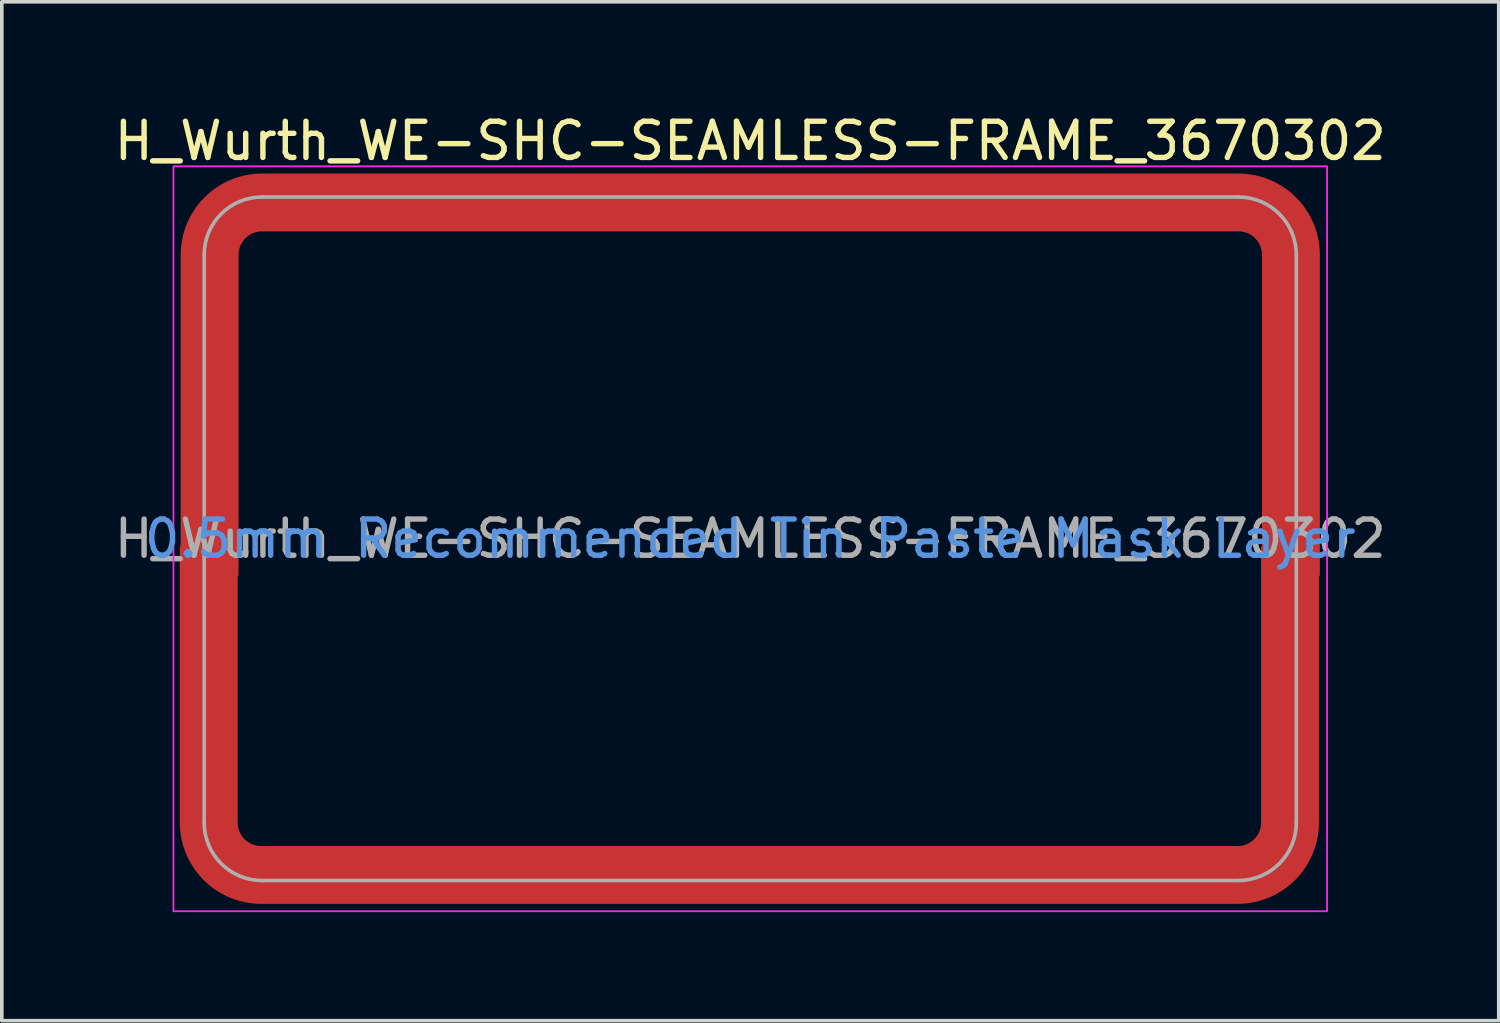
<source format=kicad_pcb>
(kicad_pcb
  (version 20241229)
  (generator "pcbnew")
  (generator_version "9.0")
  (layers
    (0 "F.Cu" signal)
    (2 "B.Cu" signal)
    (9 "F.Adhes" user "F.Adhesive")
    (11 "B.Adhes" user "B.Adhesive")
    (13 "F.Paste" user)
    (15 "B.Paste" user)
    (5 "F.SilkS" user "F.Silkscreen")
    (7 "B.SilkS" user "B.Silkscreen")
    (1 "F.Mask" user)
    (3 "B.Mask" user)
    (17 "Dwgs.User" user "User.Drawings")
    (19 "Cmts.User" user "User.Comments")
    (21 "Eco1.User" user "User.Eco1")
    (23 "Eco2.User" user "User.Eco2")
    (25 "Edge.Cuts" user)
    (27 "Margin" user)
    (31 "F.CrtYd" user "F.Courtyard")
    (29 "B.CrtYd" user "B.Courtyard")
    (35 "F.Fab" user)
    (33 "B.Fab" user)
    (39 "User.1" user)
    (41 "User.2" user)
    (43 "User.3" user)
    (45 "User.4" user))
  (footprint "H_Wurth_WE-SHC-SEAMLESS-FRAME_3670302"
    (layer "F.Cu")
    (at 17.696 11.848)
    (property "Reference" "H_Wurth_WE-SHC-SEAMLESS-FRAME_3670302" (at 0 -11 0) (unlocked yes) (layer "F.SilkS") (effects (font (size 1 1) (thickness 0.15))))
    (attr smd)
    (fp_poly (pts (xy 14.176 0.246) (xy 15.676 0.246) (xy 15.676 7.846) (xy 15.673 7.961) (xy 15.664 8.076) (xy 15.649 8.19) (xy 15.628 8.303) (xy 15.601 8.415) (xy 15.568 8.526) (xy 15.53 8.634) (xy 15.486 8.741) (xy 15.436 8.845) (xy 15.381 8.946) (xy 15.321 9.044) (xy 15.256 9.139) (xy 15.186 9.231) (xy 15.111 9.318) (xy 15.032 9.402) (xy 14.948 9.481) (xy 14.861 9.556) (xy 14.769 9.626) (xy 14.674 9.691) (xy 14.576 9.751) (xy 14.475 9.806) (xy 14.371 9.856) (xy 14.264 9.9) (xy 14.156 9.938) (xy 14.045 9.971) (xy 13.933 9.998) (xy 13.82 10.019) (xy 13.706 10.034) (xy 13.591 10.043) (xy 13.476 10.046) (xy -13.524 10.046) (xy -13.639 10.043) (xy -13.754 10.034) (xy -13.868 10.019) (xy -13.981 9.998) (xy -14.093 9.971) (xy -14.204 9.938) (xy -14.312 9.9) (xy -14.419 9.856) (xy -14.523 9.806) (xy -14.624 9.751) (xy -14.722 9.691) (xy -14.817 9.626) (xy -14.909 9.556) (xy -14.996 9.481) (xy -15.08 9.402) (xy -15.159 9.318) (xy -15.234 9.231) (xy -15.304 9.139) (xy -15.369 9.044) (xy -15.429 8.946) (xy -15.484 8.845) (xy -15.534 8.741) (xy -15.578 8.634) (xy -15.616 8.526) (xy -15.649 8.415) (xy -15.676 8.303) (xy -15.697 8.19) (xy -15.712 8.076) (xy -15.721 7.961) (xy -15.724 7.846) (xy -15.724 0.246) (xy -14.224 0.246) (xy -14.224 7.846) (xy -14.223 7.883) (xy -14.22 7.919) (xy -14.215 7.956) (xy -14.209 7.992) (xy -14.2 8.027) (xy -14.19 8.062) (xy -14.178 8.097) (xy -14.163 8.131) (xy -14.148 8.164) (xy -14.13 8.196) (xy -14.111 8.227) (xy -14.09 8.257) (xy -14.068 8.287) (xy -14.044 8.314) (xy -14.019 8.341) (xy -13.992 8.366) (xy -13.965 8.39) (xy -13.935 8.412) (xy -13.905 8.433) (xy -13.874 8.452) (xy -13.842 8.47) (xy -13.809 8.485) (xy -13.775 8.5) (xy -13.74 8.512) (xy -13.705 8.522) (xy -13.67 8.531) (xy -13.634 8.537) (xy -13.597 8.542) (xy -13.561 8.545) (xy -13.524 8.546) (xy 13.476 8.546) (xy 13.513 8.545) (xy 13.549 8.542) (xy 13.586 8.537) (xy 13.622 8.531) (xy 13.657 8.522) (xy 13.692 8.512) (xy 13.727 8.5) (xy 13.761 8.485) (xy 13.794 8.47) (xy 13.826 8.452) (xy 13.857 8.433) (xy 13.887 8.412) (xy 13.917 8.39) (xy 13.944 8.366) (xy 13.971 8.341) (xy 13.996 8.314) (xy 14.02 8.287) (xy 14.042 8.257) (xy 14.063 8.227) (xy 14.082 8.196) (xy 14.1 8.164) (xy 14.115 8.131) (xy 14.13 8.097) (xy 14.142 8.062) (xy 14.152 8.027) (xy 14.161 7.992) (xy 14.167 7.956) (xy 14.172 7.919) (xy 14.175 7.883) (xy 14.176 7.846) (xy 14.176 0.246)) (stroke (width 0.1) (type solid)) (fill yes) (layer "F.Cu"))
    (fp_poly (pts (xy 14.2 0.25) (xy 15.7 0.25) (xy 15.7 7.85) (xy 15.697 7.965) (xy 15.688 8.08) (xy 15.673 8.194) (xy 15.652 8.307) (xy 15.625 8.419) (xy 15.592 8.53) (xy 15.554 8.638) (xy 15.51 8.745) (xy 15.46 8.849) (xy 15.405 8.95) (xy 15.345 9.048) (xy 15.28 9.143) (xy 15.21 9.235) (xy 15.135 9.322) (xy 15.056 9.406) (xy 14.972 9.485) (xy 14.885 9.56) (xy 14.793 9.63) (xy 14.698 9.695) (xy 14.6 9.755) (xy 14.499 9.81) (xy 14.395 9.86) (xy 14.288 9.904) (xy 14.18 9.942) (xy 14.069 9.975) (xy 13.957 10.002) (xy 13.844 10.023) (xy 13.73 10.038) (xy 13.615 10.047) (xy 13.5 10.05) (xy -13.5 10.05) (xy -13.615 10.047) (xy -13.73 10.038) (xy -13.844 10.023) (xy -13.957 10.002) (xy -14.069 9.975) (xy -14.18 9.942) (xy -14.288 9.904) (xy -14.395 9.86) (xy -14.499 9.81) (xy -14.6 9.755) (xy -14.698 9.695) (xy -14.793 9.63) (xy -14.885 9.56) (xy -14.972 9.485) (xy -15.056 9.406) (xy -15.135 9.322) (xy -15.21 9.235) (xy -15.28 9.143) (xy -15.345 9.048) (xy -15.405 8.95) (xy -15.46 8.849) (xy -15.51 8.745) (xy -15.554 8.638) (xy -15.592 8.53) (xy -15.625 8.419) (xy -15.652 8.307) (xy -15.673 8.194) (xy -15.688 8.08) (xy -15.697 7.965) (xy -15.7 7.85) (xy -15.7 0.25) (xy -14.2 0.25) (xy -14.2 7.85) (xy -14.199 7.887) (xy -14.196 7.923) (xy -14.191 7.96) (xy -14.185 7.996) (xy -14.176 8.031) (xy -14.166 8.066) (xy -14.154 8.101) (xy -14.139 8.135) (xy -14.124 8.168) (xy -14.106 8.2) (xy -14.087 8.231) (xy -14.066 8.261) (xy -14.044 8.291) (xy -14.02 8.318) (xy -13.995 8.345) (xy -13.968 8.37) (xy -13.941 8.394) (xy -13.911 8.416) (xy -13.881 8.437) (xy -13.85 8.456) (xy -13.818 8.474) (xy -13.785 8.489) (xy -13.751 8.504) (xy -13.716 8.516) (xy -13.681 8.526) (xy -13.646 8.535) (xy -13.61 8.541) (xy -13.573 8.546) (xy -13.537 8.549) (xy -13.5 8.55) (xy 13.5 8.55) (xy 13.537 8.549) (xy 13.573 8.546) (xy 13.61 8.541) (xy 13.646 8.535) (xy 13.681 8.526) (xy 13.716 8.516) (xy 13.751 8.504) (xy 13.785 8.489) (xy 13.818 8.474) (xy 13.85 8.456) (xy 13.881 8.437) (xy 13.911 8.416) (xy 13.941 8.394) (xy 13.968 8.37) (xy 13.995 8.345) (xy 14.02 8.318) (xy 14.044 8.291) (xy 14.066 8.261) (xy 14.087 8.231) (xy 14.106 8.2) (xy 14.124 8.168) (xy 14.139 8.135) (xy 14.154 8.101) (xy 14.166 8.066) (xy 14.176 8.031) (xy 14.185 7.996) (xy 14.191 7.96) (xy 14.196 7.923) (xy 14.199 7.887) (xy 14.2 7.85) (xy 14.2 0.25)) (stroke (width 0.1) (type solid)) (fill yes) (layer "F.Mask"))
    (fp_poly (pts (xy 14.2 0.25) (xy 15.7 0.25) (xy 15.7 7.85) (xy 15.697 7.965) (xy 15.688 8.08) (xy 15.673 8.194) (xy 15.652 8.307) (xy 15.625 8.419) (xy 15.592 8.53) (xy 15.554 8.638) (xy 15.51 8.745) (xy 15.46 8.849) (xy 15.405 8.95) (xy 15.345 9.048) (xy 15.28 9.143) (xy 15.21 9.235) (xy 15.135 9.322) (xy 15.056 9.406) (xy 14.972 9.485) (xy 14.885 9.56) (xy 14.793 9.63) (xy 14.698 9.695) (xy 14.6 9.755) (xy 14.499 9.81) (xy 14.395 9.86) (xy 14.288 9.904) (xy 14.18 9.942) (xy 14.069 9.975) (xy 13.957 10.002) (xy 13.844 10.023) (xy 13.73 10.038) (xy 13.615 10.047) (xy 13.5 10.05) (xy -13.5 10.05) (xy -13.615 10.047) (xy -13.73 10.038) (xy -13.844 10.023) (xy -13.957 10.002) (xy -14.069 9.975) (xy -14.18 9.942) (xy -14.288 9.904) (xy -14.395 9.86) (xy -14.499 9.81) (xy -14.6 9.755) (xy -14.698 9.695) (xy -14.793 9.63) (xy -14.885 9.56) (xy -14.972 9.485) (xy -15.056 9.406) (xy -15.135 9.322) (xy -15.21 9.235) (xy -15.28 9.143) (xy -15.345 9.048) (xy -15.405 8.95) (xy -15.46 8.849) (xy -15.51 8.745) (xy -15.554 8.638) (xy -15.592 8.53) (xy -15.625 8.419) (xy -15.652 8.307) (xy -15.673 8.194) (xy -15.688 8.08) (xy -15.697 7.965) (xy -15.7 7.85) (xy -15.7 0.25) (xy -14.2 0.25) (xy -14.2 7.85) (xy -14.199 7.887) (xy -14.196 7.923) (xy -14.191 7.96) (xy -14.185 7.996) (xy -14.176 8.031) (xy -14.166 8.066) (xy -14.154 8.101) (xy -14.139 8.135) (xy -14.124 8.168) (xy -14.106 8.2) (xy -14.087 8.231) (xy -14.066 8.261) (xy -14.044 8.291) (xy -14.02 8.318) (xy -13.995 8.345) (xy -13.968 8.37) (xy -13.941 8.394) (xy -13.911 8.416) (xy -13.881 8.437) (xy -13.85 8.456) (xy -13.818 8.474) (xy -13.785 8.489) (xy -13.751 8.504) (xy -13.716 8.516) (xy -13.681 8.526) (xy -13.646 8.535) (xy -13.61 8.541) (xy -13.573 8.546) (xy -13.537 8.549) (xy -13.5 8.55) (xy 13.5 8.55) (xy 13.537 8.549) (xy 13.573 8.546) (xy 13.61 8.541) (xy 13.646 8.535) (xy 13.681 8.526) (xy 13.716 8.516) (xy 13.751 8.504) (xy 13.785 8.489) (xy 13.818 8.474) (xy 13.85 8.456) (xy 13.881 8.437) (xy 13.911 8.416) (xy 13.941 8.394) (xy 13.968 8.37) (xy 13.995 8.345) (xy 14.02 8.318) (xy 14.044 8.291) (xy 14.066 8.261) (xy 14.087 8.231) (xy 14.106 8.2) (xy 14.124 8.168) (xy 14.139 8.135) (xy 14.154 8.101) (xy 14.166 8.066) (xy 14.176 8.031) (xy 14.185 7.996) (xy 14.191 7.96) (xy 14.196 7.923) (xy 14.199 7.887) (xy 14.2 7.85) (xy 14.2 0.25)) (stroke (width 0.1) (type solid)) (fill yes) (layer "F.Paste"))
    (fp_rect (start -15.95 -10.3) (end 15.95 10.3) (stroke (width 0.05) (type solid)) (fill no) (layer "F.CrtYd"))
    (fp_line (start -15.1 7.85) (end -15.1 -7.85) (stroke (width 0.1) (type solid)) (layer "F.Fab"))
    (fp_line (start -13.5 -9.45) (end 13.5 -9.45) (stroke (width 0.1) (type solid)) (layer "F.Fab"))
    (fp_line (start -13.5 9.45) (end 13.5 9.45) (stroke (width 0.1) (type solid)) (layer "F.Fab"))
    (fp_line (start 15.1 7.85) (end 15.1 -7.85) (stroke (width 0.1) (type solid)) (layer "F.Fab"))
    (fp_arc (start -15.1 -7.85) (mid -14.631371 -8.98137) (end -13.5 -9.45) (stroke (width 0.1) (type default)) (layer "F.Fab"))
    (fp_arc (start -13.5 9.45) (mid -14.63137 8.981371) (end -15.1 7.85) (stroke (width 0.1) (type default)) (layer "F.Fab"))
    (fp_arc (start 13.5 -9.45) (mid 14.63137 -8.981371) (end 15.1 -7.85) (stroke (width 0.1) (type default)) (layer "F.Fab"))
    (fp_arc (start 15.1 7.85) (mid 14.631371 8.98137) (end 13.5 9.45) (stroke (width 0.1) (type default)) (layer "F.Fab"))
    (fp_text user "0.5mm Recommended Tin Paste Mask Layer" (at 0 0 0) (unlocked yes) (layer "Cmts.User") (effects (font (size 1 1) (thickness 0.15))))
    (fp_text user "${REFERENCE}" (at 0 0 0) (unlocked yes) (layer "F.Fab") (effects (font (size 1 1) (thickness 0.15))))
    (pad "1" smd custom (at 14.95 0) (size 1.5 15.7) (layers "F.Cu" "F.Mask" "F.Paste") (options (anchor rect)) (primitives (gr_poly (pts (xy -29.15 1) (xy -30.65 1) (xy -30.65 -7.85) (xy -30.647 -7.965) (xy -30.638 -8.08) (xy -30.623 -8.194) (xy -30.602 -8.307) (xy -30.575 -8.419) (xy -30.542 -8.53) (xy -30.504 -8.638) (xy -30.46 -8.745) (xy -30.41 -8.849) (xy -30.355 -8.95) (xy -30.295 -9.048) (xy -30.23 -9.143) (xy -30.16 -9.235) (xy -30.085 -9.322) (xy -30.006 -9.406) (xy -29.922 -9.485) (xy -29.835 -9.56) (xy -29.743 -9.63) (xy -29.648 -9.695) (xy -29.55 -9.755) (xy -29.449 -9.81) (xy -29.345 -9.86) (xy -29.238 -9.904) (xy -29.13 -9.942) (xy -29.019 -9.975) (xy -28.907 -10.002) (xy -28.794 -10.023) (xy -28.68 -10.038) (xy -28.565 -10.047) (xy -28.45 -10.05) (xy -1.45 -10.05) (xy -1.335 -10.047) (xy -1.22 -10.038) (xy -1.106 -10.023) (xy -0.993 -10.002) (xy -0.881 -9.975) (xy -0.77 -9.942) (xy -0.662 -9.904) (xy -0.555 -9.86) (xy -0.451 -9.81) (xy -0.35 -9.755) (xy -0.252 -9.695) (xy -0.157 -9.63) (xy -0.065 -9.56) (xy 0.022 -9.485) (xy 0.106 -9.406) (xy 0.185 -9.322) (xy 0.26 -9.235) (xy 0.33 -9.143) (xy 0.395 -9.048) (xy 0.455 -8.95) (xy 0.51 -8.849) (xy 0.56 -8.745) (xy 0.604 -8.638) (xy 0.642 -8.53) (xy 0.675 -8.419) (xy 0.702 -8.307) (xy 0.723 -8.194) (xy 0.738 -8.08) (xy 0.747 -7.965) (xy 0.75 -7.85) (xy 0.75 1) (xy -0.75 1) (xy -0.75 -7.85) (xy -0.751 -7.887) (xy -0.754 -7.923) (xy -0.759 -7.96) (xy -0.765 -7.996) (xy -0.774 -8.031) (xy -0.784 -8.066) (xy -0.796 -8.101) (xy -0.811 -8.135) (xy -0.826 -8.168) (xy -0.844 -8.2) (xy -0.863 -8.231) (xy -0.884 -8.261) (xy -0.906 -8.291) (xy -0.93 -8.318) (xy -0.955 -8.345) (xy -0.982 -8.37) (xy -1.009 -8.394) (xy -1.039 -8.416) (xy -1.069 -8.437) (xy -1.1 -8.456) (xy -1.132 -8.474) (xy -1.165 -8.489) (xy -1.199 -8.504) (xy -1.234 -8.516) (xy -1.269 -8.526) (xy -1.304 -8.535) (xy -1.34 -8.541) (xy -1.377 -8.546) (xy -1.413 -8.549) (xy -1.45 -8.55) (xy -28.45 -8.55) (xy -28.487 -8.549) (xy -28.523 -8.546) (xy -28.56 -8.541) (xy -28.596 -8.535) (xy -28.631 -8.526) (xy -28.666 -8.516) (xy -28.701 -8.504) (xy -28.735 -8.489) (xy -28.768 -8.474) (xy -28.8 -8.456) (xy -28.831 -8.437) (xy -28.861 -8.416) (xy -28.891 -8.394) (xy -28.918 -8.37) (xy -28.945 -8.345) (xy -28.97 -8.318) (xy -28.994 -8.291) (xy -29.016 -8.261) (xy -29.037 -8.231) (xy -29.056 -8.2) (xy -29.074 -8.168) (xy -29.089 -8.135) (xy -29.104 -8.101) (xy -29.116 -8.066) (xy -29.126 -8.031) (xy -29.135 -7.996) (xy -29.141 -7.96) (xy -29.146 -7.923) (xy -29.149 -7.887) (xy -29.15 -7.85) (xy -29.15 1)) (width 0.1) (fill yes)))))
  (gr_rect
    (start -3 -3)
    (end 38.393 25.173)
    (stroke (width 0.1) (type default))
    (fill no)
    (layer "Edge.Cuts")))
</source>
